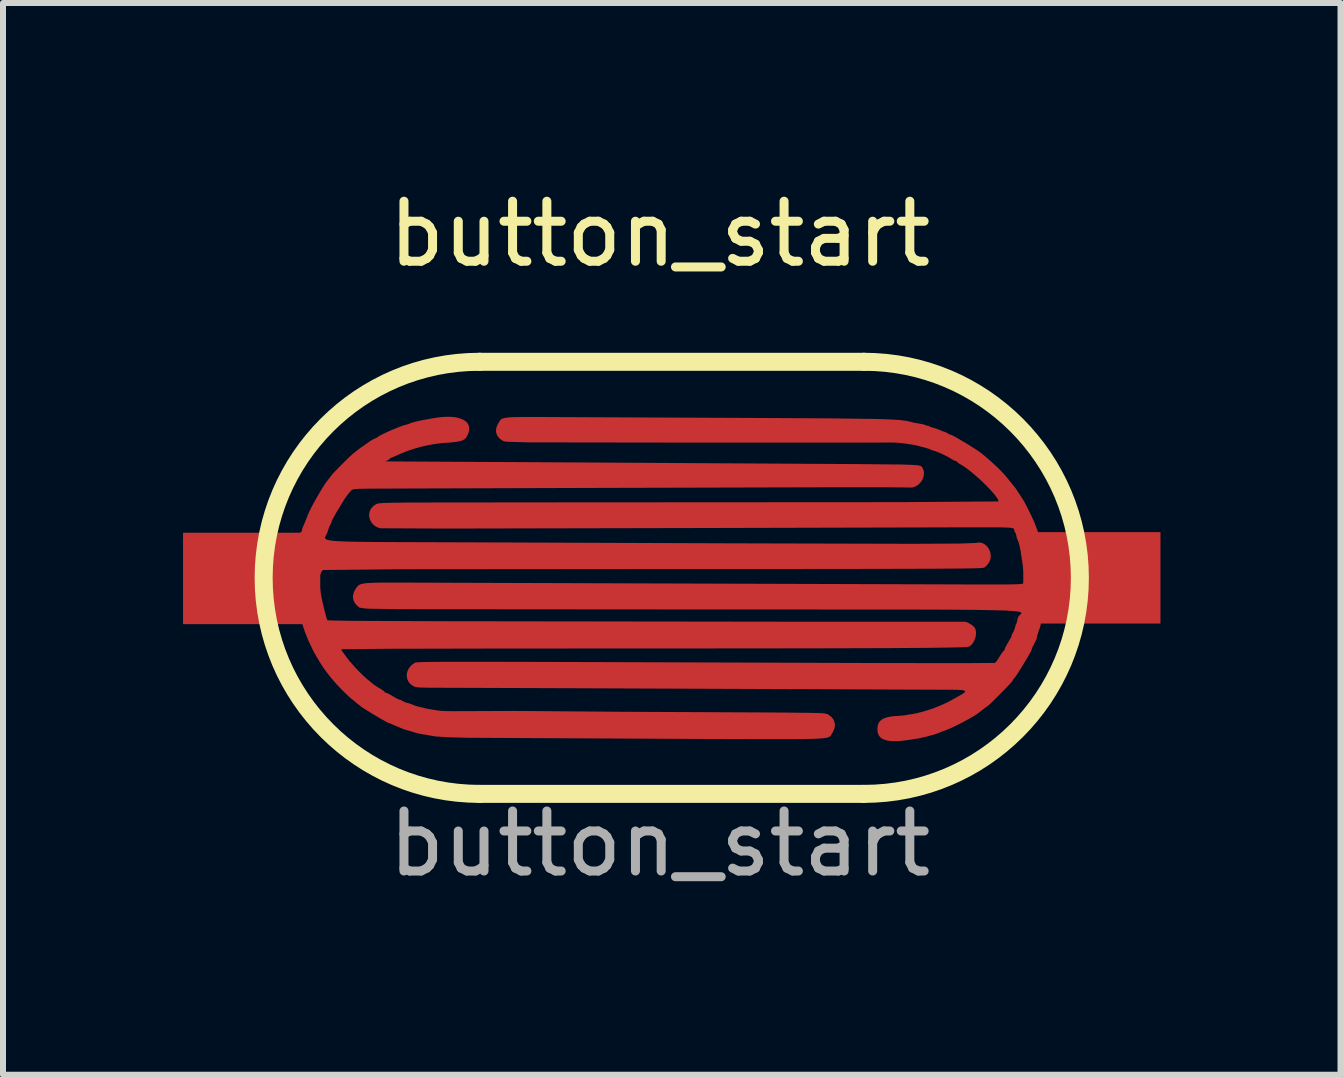
<source format=kicad_pcb>
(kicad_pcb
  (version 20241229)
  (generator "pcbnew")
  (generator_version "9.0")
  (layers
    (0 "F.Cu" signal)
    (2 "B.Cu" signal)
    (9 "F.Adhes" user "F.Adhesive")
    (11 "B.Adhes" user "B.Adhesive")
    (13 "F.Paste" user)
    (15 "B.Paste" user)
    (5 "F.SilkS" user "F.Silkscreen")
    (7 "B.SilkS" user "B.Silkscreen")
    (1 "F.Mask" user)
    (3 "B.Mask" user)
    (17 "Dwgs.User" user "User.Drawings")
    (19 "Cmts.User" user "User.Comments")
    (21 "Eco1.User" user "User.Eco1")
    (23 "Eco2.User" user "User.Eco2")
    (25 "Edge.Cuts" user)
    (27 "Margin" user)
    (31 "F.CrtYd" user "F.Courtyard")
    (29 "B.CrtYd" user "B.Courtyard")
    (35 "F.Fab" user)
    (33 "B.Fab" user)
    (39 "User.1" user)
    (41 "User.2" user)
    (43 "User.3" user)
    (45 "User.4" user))
  (footprint "button_start"
    (layer "F.Cu")
    (at 8.143 6.578)
    (property "Reference" "button_start" (at -0.2 -5.73 0) (unlocked yes) (layer "F.SilkS") (effects (font (size 1 1) (thickness 0.15))))
    (attr smd)
    (fp_rect (start -3.4 -3) (end 3.4 3) (stroke (width 0) (type solid)) (fill yes) (layer "F.Mask"))
    (fp_circle (center -3.4 0) (end -0.4 0) (stroke (width 0) (type solid)) (fill yes) (layer "F.Mask"))
    (fp_circle (center 3.4 0) (end 6.4 0) (stroke (width 0) (type solid)) (fill yes) (layer "F.Mask"))
    (fp_line (start -3.2 -3.6) (end 3.2 -3.6) (stroke (width 0.3) (type solid)) (layer "F.SilkS"))
    (fp_line (start 3.2 3.6) (end -3.2 3.6) (stroke (width 0.3) (type solid)) (layer "F.SilkS"))
    (fp_arc (start -3.2 3.6) (mid -6.8 0) (end -3.2 -3.6) (stroke (width 0.3) (type solid)) (layer "F.SilkS"))
    (fp_arc (start 3.2 -3.6) (mid 6.8 0) (end 3.2 3.6) (stroke (width 0.3) (type solid)) (layer "F.SilkS"))
    (fp_text user "${REFERENCE}" (at -0.2 4.43 0) (unlocked yes) (layer "F.Fab") (effects (font (size 1 1) (thickness 0.15))))
    (pad "1" smd custom (at -7 0.01) (size 2.286 1.524) (layers "F.Cu") (options (anchor rect)) (primitives (gr_poly (pts (xy 0.309 0.243) (xy 0.312 -0.007) (xy 0.317 -0.304) (xy 0.32 -0.48) (xy 0.322 -0.629) (xy 0.323 -0.651) (xy 0.323 -0.671) (xy 0.324 -0.68) (xy 0.325 -0.689) (xy 0.326 -0.697) (xy 0.327 -0.704) (xy 0.329 -0.71) (xy 0.331 -0.716) (xy 0.333 -0.722) (xy 0.337 -0.727) (xy 0.34 -0.731) (xy 0.344 -0.735) (xy 0.349 -0.739) (xy 0.355 -0.742) (xy 0.361 -0.745) (xy 0.368 -0.747) (xy 0.376 -0.75) (xy 0.385 -0.751) (xy 0.395 -0.753) (xy 0.405 -0.754) (xy 0.417 -0.755) (xy 0.43 -0.756) (xy 0.459 -0.757) (xy 0.492 -0.758) (xy 0.576 -0.758) (xy 0.659 -0.758) (xy 0.722 -0.758) (xy 0.767 -0.76) (xy 0.784 -0.761) (xy 0.797 -0.763) (xy 0.808 -0.765) (xy 0.817 -0.768) (xy 0.823 -0.772) (xy 0.828 -0.776) (xy 0.831 -0.781) (xy 0.834 -0.786) (xy 0.837 -0.801) (xy 0.839 -0.81) (xy 0.842 -0.819) (xy 0.844 -0.829) (xy 0.847 -0.838) (xy 0.85 -0.846) (xy 0.853 -0.854) (xy 0.855 -0.861) (xy 0.858 -0.866) (xy 0.86 -0.871) (xy 0.863 -0.878) (xy 0.87 -0.892) (xy 0.877 -0.909) (xy 0.883 -0.924) (xy 0.944 -1.076) (xy 0.955 -1.1) (xy 0.968 -1.129) (xy 1.003 -1.199) (xy 1.046 -1.279) (xy 1.094 -1.363) (xy 1.142 -1.446) (xy 1.188 -1.521) (xy 1.229 -1.584) (xy 1.246 -1.608) (xy 1.261 -1.627) (xy 1.277 -1.648) (xy 1.295 -1.671) (xy 1.312 -1.694) (xy 1.327 -1.713) (xy 1.337 -1.726) (xy 1.352 -1.743) (xy 1.395 -1.79) (xy 1.45 -1.846) (xy 1.511 -1.908) (xy 1.572 -1.969) (xy 1.629 -2.024) (xy 1.676 -2.067) (xy 1.693 -2.083) (xy 1.707 -2.093) (xy 1.727 -2.109) (xy 1.746 -2.123) (xy 1.762 -2.136) (xy 1.772 -2.144) (xy 1.776 -2.148) (xy 1.782 -2.152) (xy 1.789 -2.157) (xy 1.797 -2.163) (xy 1.814 -2.176) (xy 1.823 -2.182) (xy 1.832 -2.188) (xy 1.948 -2.27) (xy 1.963 -2.28) (xy 1.979 -2.29) (xy 1.994 -2.3) (xy 2.009 -2.309) (xy 2.022 -2.316) (xy 2.035 -2.323) (xy 2.045 -2.328) (xy 2.049 -2.329) (xy 2.053 -2.331) (xy 2.056 -2.332) (xy 2.059 -2.333) (xy 2.063 -2.334) (xy 2.066 -2.336) (xy 2.07 -2.338) (xy 2.073 -2.339) (xy 2.08 -2.343) (xy 2.084 -2.345) (xy 2.087 -2.347) (xy 2.09 -2.348) (xy 2.093 -2.35) (xy 2.096 -2.352) (xy 2.098 -2.354) (xy 2.101 -2.356) (xy 2.103 -2.358) (xy 2.114 -2.366) (xy 2.131 -2.377) (xy 2.154 -2.39) (xy 2.181 -2.403) (xy 2.246 -2.434) (xy 2.32 -2.467) (xy 2.397 -2.499) (xy 2.47 -2.528) (xy 2.534 -2.55) (xy 2.56 -2.558) (xy 2.582 -2.564) (xy 2.591 -2.566) (xy 2.6 -2.569) (xy 2.609 -2.571) (xy 2.617 -2.574) (xy 2.625 -2.577) (xy 2.631 -2.579) (xy 2.634 -2.581) (xy 2.636 -2.582) (xy 2.638 -2.583) (xy 2.64 -2.584) (xy 2.644 -2.587) (xy 2.652 -2.589) (xy 2.675 -2.597) (xy 2.707 -2.605) (xy 2.745 -2.615) (xy 2.787 -2.625) (xy 2.829 -2.634) (xy 2.87 -2.642) (xy 2.907 -2.648) (xy 2.929 -2.652) (xy 2.953 -2.656) (xy 2.976 -2.66) (xy 2.994 -2.664) (xy 3.078 -2.678) (xy 3.157 -2.688) (xy 3.231 -2.693) (xy 3.3 -2.693) (xy 3.363 -2.689) (xy 3.42 -2.68) (xy 3.47 -2.667) (xy 3.493 -2.659) (xy 3.514 -2.65) (xy 3.533 -2.64) (xy 3.551 -2.629) (xy 3.567 -2.617) (xy 3.581 -2.604) (xy 3.593 -2.591) (xy 3.603 -2.576) (xy 3.611 -2.56) (xy 3.618 -2.543) (xy 3.622 -2.526) (xy 3.624 -2.508) (xy 3.624 -2.489) (xy 3.623 -2.469) (xy 3.619 -2.448) (xy 3.613 -2.426) (xy 3.604 -2.404) (xy 3.594 -2.381) (xy 3.59 -2.373) (xy 3.585 -2.366) (xy 3.581 -2.359) (xy 3.577 -2.352) (xy 3.572 -2.346) (xy 3.567 -2.34) (xy 3.562 -2.334) (xy 3.556 -2.328) (xy 3.55 -2.323) (xy 3.544 -2.318) (xy 3.537 -2.314) (xy 3.53 -2.31) (xy 3.522 -2.306) (xy 3.514 -2.302) (xy 3.505 -2.298) (xy 3.496 -2.295) (xy 3.486 -2.292) (xy 3.475 -2.289) (xy 3.463 -2.286) (xy 3.451 -2.283) (xy 3.438 -2.281) (xy 3.424 -2.278) (xy 3.409 -2.276) (xy 3.394 -2.274) (xy 3.36 -2.27) (xy 3.321 -2.266) (xy 3.279 -2.263) (xy 3.232 -2.26) (xy 3.182 -2.256) (xy 3.131 -2.25) (xy 3.079 -2.244) (xy 3.028 -2.236) (xy 2.976 -2.227) (xy 2.925 -2.217) (xy 2.873 -2.205) (xy 2.821 -2.193) (xy 2.77 -2.179) (xy 2.72 -2.165) (xy 2.67 -2.149) (xy 2.62 -2.132) (xy 2.572 -2.115) (xy 2.525 -2.096) (xy 2.478 -2.077) (xy 2.433 -2.056) (xy 2.391 -2.037) (xy 2.372 -2.029) (xy 2.354 -2.021) (xy 2.339 -2.015) (xy 2.327 -2.011) (xy 2.319 -2.008) (xy 2.316 -2.007) (xy 2.314 -2.007) (xy 2.313 -2.007) (xy 2.313 -2.007) (xy 2.312 -2.007) (xy 2.311 -2.007) (xy 2.311 -2.006) (xy 2.31 -2.006) (xy 2.309 -2.006) (xy 2.309 -2.006) (xy 2.308 -2.006) (xy 2.308 -2.005) (xy 2.307 -2.005) (xy 2.307 -2.005) (xy 2.306 -2.004) (xy 2.306 -2.004) (xy 2.305 -2.003) (xy 2.305 -2.003) (xy 2.304 -2.003) (xy 2.304 -2.002) (xy 2.303 -2.002) (xy 2.303 -2.001) (xy 2.303 -2.001) (xy 2.302 -2) (xy 2.302 -1.999) (xy 2.302 -1.999) (xy 2.302 -1.998) (xy 2.301 -1.998) (xy 2.301 -1.997) (xy 2.301 -1.996) (xy 2.301 -1.996) (xy 2.301 -1.995) (xy 2.301 -1.994) (xy 2.301 -1.994) (xy 2.301 -1.993) (xy 2.301 -1.992) (xy 2.3 -1.991) (xy 2.3 -1.991) (xy 2.3 -1.99) (xy 2.299 -1.989) (xy 2.298 -1.988) (xy 2.298 -1.987) (xy 2.297 -1.986) (xy 2.296 -1.986) (xy 2.295 -1.985) (xy 2.294 -1.984) (xy 2.292 -1.982) (xy 2.289 -1.98) (xy 2.286 -1.978) (xy 2.283 -1.976) (xy 2.28 -1.974) (xy 2.277 -1.973) (xy 2.273 -1.971) (xy 2.269 -1.969) (xy 2.265 -1.967) (xy 2.261 -1.966) (xy 2.248 -1.961) (xy 2.243 -1.959) (xy 2.239 -1.958) (xy 2.236 -1.956) (xy 2.233 -1.955) (xy 2.233 -1.954) (xy 2.232 -1.954) (xy 2.232 -1.953) (xy 2.232 -1.953) (xy 2.232 -1.953) (xy 2.233 -1.952) (xy 2.233 -1.952) (xy 2.234 -1.952) (xy 2.237 -1.951) (xy 2.24 -1.951) (xy 2.245 -1.951) (xy 2.251 -1.951) (xy 2.265 -1.95) (xy 8.752 -1.913) (xy 10.122 -1.905) (xy 10.832 -1.898) (xy 11.009 -1.892) (xy 11.105 -1.885) (xy 11.146 -1.875) (xy 11.163 -1.863) (xy 11.172 -1.85) (xy 11.18 -1.838) (xy 11.187 -1.824) (xy 11.193 -1.811) (xy 11.197 -1.796) (xy 11.2 -1.782) (xy 11.202 -1.767) (xy 11.202 -1.752) (xy 11.202 -1.738) (xy 11.2 -1.723) (xy 11.197 -1.708) (xy 11.194 -1.693) (xy 11.189 -1.678) (xy 11.183 -1.663) (xy 11.177 -1.649) (xy 11.169 -1.635) (xy 11.161 -1.622) (xy 11.152 -1.609) (xy 11.142 -1.597) (xy 11.132 -1.585) (xy 11.12 -1.574) (xy 11.109 -1.563) (xy 11.096 -1.554) (xy 11.083 -1.545) (xy 11.069 -1.537) (xy 11.055 -1.531) (xy 11.041 -1.525) (xy 11.026 -1.52) (xy 11.011 -1.517) (xy 10.995 -1.515) (xy 10.979 -1.515) (xy 10.963 -1.515) (xy 10.595 -1.519) (xy 9.619 -1.519) (xy 5.923 -1.509) (xy 2.424 -1.498) (xy 1.999 -1.496) (xy 1.867 -1.495) (xy 1.777 -1.492) (xy 1.72 -1.488) (xy 1.687 -1.483) (xy 1.677 -1.479) (xy 1.67 -1.475) (xy 1.659 -1.465) (xy 1.64 -1.444) (xy 1.622 -1.423) (xy 1.604 -1.401) (xy 1.587 -1.379) (xy 1.57 -1.355) (xy 1.553 -1.331) (xy 1.537 -1.305) (xy 1.52 -1.278) (xy 1.486 -1.221) (xy 1.464 -1.184) (xy 1.438 -1.143) (xy 1.414 -1.103) (xy 1.392 -1.065) (xy 1.373 -1.03) (xy 1.357 -1.001) (xy 1.344 -0.976) (xy 1.337 -0.959) (xy 1.335 -0.953) (xy 1.334 -0.949) (xy 1.334 -0.947) (xy 1.333 -0.945) (xy 1.333 -0.942) (xy 1.332 -0.94) (xy 1.332 -0.937) (xy 1.331 -0.934) (xy 1.329 -0.931) (xy 1.328 -0.928) (xy 1.327 -0.925) (xy 1.325 -0.921) (xy 1.324 -0.918) (xy 1.322 -0.915) (xy 1.32 -0.912) (xy 1.319 -0.908) (xy 1.317 -0.905) (xy 1.315 -0.902) (xy 1.313 -0.899) (xy 1.31 -0.895) (xy 1.307 -0.889) (xy 1.305 -0.883) (xy 1.298 -0.869) (xy 1.291 -0.852) (xy 1.284 -0.833) (xy 1.277 -0.813) (xy 1.27 -0.792) (xy 1.263 -0.77) (xy 1.257 -0.754) (xy 1.249 -0.739) (xy 1.235 -0.711) (xy 1.229 -0.699) (xy 1.225 -0.688) (xy 1.223 -0.678) (xy 1.223 -0.673) (xy 1.224 -0.669) (xy 1.226 -0.665) (xy 1.23 -0.66) (xy 1.234 -0.656) (xy 1.239 -0.653) (xy 1.254 -0.646) (xy 1.275 -0.64) (xy 1.302 -0.634) (xy 1.337 -0.629) (xy 1.379 -0.625) (xy 1.43 -0.621) (xy 1.491 -0.618) (xy 1.561 -0.615) (xy 1.735 -0.611) (xy 1.956 -0.608) (xy 2.232 -0.606) (xy 3.982 -0.6) (xy 7.944 -0.585) (xy 11.018 -0.577) (xy 11.791 -0.581) (xy 12.072 -0.591) (xy 12.087 -0.595) (xy 12.102 -0.597) (xy 12.117 -0.598) (xy 12.132 -0.598) (xy 12.147 -0.596) (xy 12.161 -0.593) (xy 12.175 -0.588) (xy 12.188 -0.583) (xy 12.201 -0.576) (xy 12.214 -0.568) (xy 12.226 -0.559) (xy 12.237 -0.55) (xy 12.248 -0.539) (xy 12.258 -0.528) (xy 12.268 -0.515) (xy 12.276 -0.502) (xy 12.284 -0.489) (xy 12.291 -0.475) (xy 12.298 -0.461) (xy 12.303 -0.446) (xy 12.307 -0.431) (xy 12.311 -0.415) (xy 12.313 -0.399) (xy 12.315 -0.383) (xy 12.315 -0.368) (xy 12.314 -0.352) (xy 12.312 -0.336) (xy 12.308 -0.32) (xy 12.304 -0.304) (xy 12.298 -0.289) (xy 12.29 -0.274) (xy 12.282 -0.26) (xy 12.282 -0.26) (xy 12.278 -0.254) (xy 12.274 -0.249) (xy 12.27 -0.243) (xy 12.266 -0.238) (xy 12.261 -0.232) (xy 12.256 -0.226) (xy 12.251 -0.221) (xy 12.247 -0.216) (xy 12.242 -0.211) (xy 12.237 -0.206) (xy 12.232 -0.201) (xy 12.227 -0.197) (xy 12.223 -0.193) (xy 12.218 -0.189) (xy 12.214 -0.186) (xy 12.21 -0.183) (xy 12.206 -0.181) (xy 12.199 -0.179) (xy 12.189 -0.177) (xy 12.174 -0.175) (xy 12.13 -0.172) (xy 12.059 -0.169) (xy 11.954 -0.167) (xy 11.81 -0.165) (xy 11.374 -0.162) (xy 10.698 -0.16) (xy 9.727 -0.158) (xy 6.691 -0.157) (xy 2.425 -0.153) (xy 1.188 -0.14) (xy 1.183 -0.136) (xy 1.178 -0.132) (xy 1.174 -0.127) (xy 1.17 -0.122) (xy 1.166 -0.116) (xy 1.162 -0.11) (xy 1.159 -0.104) (xy 1.156 -0.097) (xy 1.153 -0.089) (xy 1.151 -0.081) (xy 1.148 -0.073) (xy 1.146 -0.064) (xy 1.144 -0.054) (xy 1.143 -0.044) (xy 1.141 -0.033) (xy 1.14 -0.022) (xy 1.138 0.002) (xy 1.138 0.029) (xy 1.138 0.058) (xy 1.139 0.09) (xy 1.141 0.124) (xy 1.144 0.162) (xy 1.148 0.202) (xy 1.152 0.245) (xy 1.16 0.29) (xy 1.172 0.352) (xy 1.188 0.424) (xy 1.206 0.499) (xy 1.224 0.57) (xy 1.24 0.632) (xy 1.254 0.677) (xy 1.259 0.69) (xy 1.263 0.698) (xy 1.382 0.702) (xy 1.731 0.707) (xy 3.131 0.713) (xy 8.803 0.721) (xy 11.881 0.721) (xy 11.884 0.721) (xy 11.888 0.722) (xy 11.896 0.723) (xy 11.905 0.726) (xy 11.916 0.73) (xy 11.926 0.734) (xy 11.938 0.739) (xy 11.95 0.745) (xy 11.961 0.752) (xy 11.973 0.759) (xy 11.985 0.766) (xy 11.996 0.774) (xy 12.007 0.781) (xy 12.017 0.789) (xy 12.026 0.797) (xy 12.033 0.804) (xy 12.04 0.811) (xy 12.046 0.819) (xy 12.051 0.827) (xy 12.055 0.835) (xy 12.059 0.844) (xy 12.062 0.854) (xy 12.065 0.864) (xy 12.067 0.874) (xy 12.068 0.885) (xy 12.069 0.896) (xy 12.07 0.907) (xy 12.07 0.918) (xy 12.069 0.93) (xy 12.066 0.953) (xy 12.061 0.977) (xy 12.054 1) (xy 12.046 1.023) (xy 12.036 1.045) (xy 12.024 1.066) (xy 12.017 1.076) (xy 12.01 1.086) (xy 12.003 1.095) (xy 11.995 1.104) (xy 11.987 1.112) (xy 11.978 1.12) (xy 11.97 1.127) (xy 11.961 1.133) (xy 11.942 1.138) (xy 11.896 1.143) (xy 11.817 1.147) (xy 11.695 1.15) (xy 11.295 1.156) (xy 10.634 1.161) (xy 9.649 1.164) (xy 8.28 1.166) (xy 4.137 1.168) (xy 2.27 1.172) (xy 1.493 1.18) (xy 1.493 1.181) (xy 1.493 1.182) (xy 1.493 1.184) (xy 1.494 1.186) (xy 1.495 1.188) (xy 1.497 1.191) (xy 1.498 1.194) (xy 1.5 1.198) (xy 1.502 1.201) (xy 1.504 1.205) (xy 1.507 1.209) (xy 1.51 1.213) (xy 1.512 1.218) (xy 1.515 1.222) (xy 1.519 1.227) (xy 1.522 1.231) (xy 1.525 1.236) (xy 1.586 1.319) (xy 1.603 1.341) (xy 1.621 1.364) (xy 1.664 1.414) (xy 1.711 1.468) (xy 1.762 1.522) (xy 1.813 1.574) (xy 1.862 1.622) (xy 1.907 1.663) (xy 1.927 1.68) (xy 1.946 1.695) (xy 1.963 1.709) (xy 1.982 1.725) (xy 2.002 1.741) (xy 2.018 1.755) (xy 2.022 1.758) (xy 2.027 1.762) (xy 2.038 1.77) (xy 2.052 1.78) (xy 2.067 1.79) (xy 2.083 1.801) (xy 2.1 1.811) (xy 2.117 1.822) (xy 2.134 1.832) (xy 2.15 1.841) (xy 2.165 1.851) (xy 2.179 1.86) (xy 2.191 1.868) (xy 2.2 1.876) (xy 2.205 1.879) (xy 2.208 1.882) (xy 2.211 1.885) (xy 2.213 1.887) (xy 2.214 1.889) (xy 2.214 1.89) (xy 2.214 1.891) (xy 2.214 1.892) (xy 2.214 1.892) (xy 2.215 1.893) (xy 2.215 1.894) (xy 2.215 1.894) (xy 2.215 1.895) (xy 2.216 1.896) (xy 2.216 1.896) (xy 2.216 1.897) (xy 2.217 1.897) (xy 2.217 1.898) (xy 2.218 1.898) (xy 2.219 1.899) (xy 2.219 1.9) (xy 2.22 1.9) (xy 2.221 1.9) (xy 2.221 1.901) (xy 2.222 1.901) (xy 2.223 1.902) (xy 2.224 1.902) (xy 2.225 1.902) (xy 2.225 1.903) (xy 2.226 1.903) (xy 2.227 1.903) (xy 2.228 1.904) (xy 2.229 1.904) (xy 2.23 1.904) (xy 2.231 1.904) (xy 2.232 1.904) (xy 2.233 1.904) (xy 2.235 1.904) (xy 2.236 1.904) (xy 2.238 1.905) (xy 2.242 1.906) (xy 2.246 1.907) (xy 2.251 1.909) (xy 2.257 1.911) (xy 2.264 1.914) (xy 2.271 1.918) (xy 2.278 1.921) (xy 2.295 1.93) (xy 2.313 1.94) (xy 2.332 1.951) (xy 2.351 1.962) (xy 2.371 1.974) (xy 2.389 1.985) (xy 2.407 1.994) (xy 2.423 2.003) (xy 2.438 2.01) (xy 2.449 2.015) (xy 2.454 2.017) (xy 2.458 2.019) (xy 2.462 2.02) (xy 2.464 2.02) (xy 2.466 2.02) (xy 2.468 2.02) (xy 2.471 2.021) (xy 2.473 2.021) (xy 2.476 2.022) (xy 2.479 2.023) (xy 2.482 2.024) (xy 2.485 2.026) (xy 2.488 2.027) (xy 2.492 2.028) (xy 2.495 2.03) (xy 2.498 2.032) (xy 2.501 2.034) (xy 2.504 2.035) (xy 2.508 2.037) (xy 2.511 2.039) (xy 2.514 2.041) (xy 2.517 2.043) (xy 2.521 2.046) (xy 2.525 2.048) (xy 2.534 2.052) (xy 2.543 2.057) (xy 2.553 2.061) (xy 2.563 2.065) (xy 2.573 2.068) (xy 2.578 2.069) (xy 2.582 2.071) (xy 2.613 2.079) (xy 2.624 2.082) (xy 2.635 2.086) (xy 2.647 2.09) (xy 2.663 2.096) (xy 2.712 2.115) (xy 2.735 2.123) (xy 2.744 2.126) (xy 2.752 2.129) (xy 2.76 2.131) (xy 2.77 2.134) (xy 2.799 2.141) (xy 2.887 2.162) (xy 2.922 2.17) (xy 2.954 2.176) (xy 2.987 2.182) (xy 3.024 2.188) (xy 3.124 2.203) (xy 3.14 2.205) (xy 3.163 2.207) (xy 3.191 2.208) (xy 3.222 2.21) (xy 3.257 2.211) (xy 3.294 2.211) (xy 3.331 2.212) (xy 3.369 2.212) (xy 4.38 2.208) (xy 5.166 2.214) (xy 6.165 2.222) (xy 7.676 2.229) (xy 8.751 2.234) (xy 9.314 2.24) (xy 9.458 2.244) (xy 9.54 2.249) (xy 9.581 2.257) (xy 9.603 2.266) (xy 9.614 2.273) (xy 9.624 2.28) (xy 9.634 2.287) (xy 9.644 2.294) (xy 9.652 2.302) (xy 9.661 2.31) (xy 9.669 2.318) (xy 9.676 2.326) (xy 9.682 2.335) (xy 9.688 2.343) (xy 9.694 2.352) (xy 9.699 2.362) (xy 9.703 2.371) (xy 9.707 2.381) (xy 9.71 2.39) (xy 9.713 2.4) (xy 9.715 2.41) (xy 9.717 2.421) (xy 9.718 2.431) (xy 9.718 2.441) (xy 9.718 2.452) (xy 9.717 2.463) (xy 9.715 2.474) (xy 9.713 2.484) (xy 9.711 2.495) (xy 9.708 2.506) (xy 9.704 2.517) (xy 9.699 2.529) (xy 9.694 2.54) (xy 9.689 2.551) (xy 9.683 2.562) (xy 9.676 2.574) (xy 9.654 2.611) (xy 9.649 2.619) (xy 9.643 2.627) (xy 9.639 2.63) (xy 9.635 2.633) (xy 9.63 2.636) (xy 9.625 2.639) (xy 9.619 2.642) (xy 9.613 2.645) (xy 9.606 2.647) (xy 9.598 2.65) (xy 9.58 2.654) (xy 9.557 2.658) (xy 9.531 2.662) (xy 9.499 2.665) (xy 9.462 2.668) (xy 9.42 2.67) (xy 9.371 2.672) (xy 9.316 2.674) (xy 9.253 2.675) (xy 9.182 2.676) (xy 9.016 2.678) (xy 8.814 2.678) (xy 8.571 2.678) (xy 8.284 2.677) (xy 7.562 2.675) (xy 3.601 2.655) (xy 3.266 2.646) (xy 3.065 2.633) (xy 2.808 2.59) (xy 2.799 2.588) (xy 2.788 2.586) (xy 2.774 2.582) (xy 2.759 2.578) (xy 2.726 2.569) (xy 2.692 2.559) (xy 2.63 2.54) (xy 2.593 2.53) (xy 2.557 2.52) (xy 2.553 2.519) (xy 2.547 2.517) (xy 2.54 2.514) (xy 2.532 2.511) (xy 2.523 2.508) (xy 2.514 2.504) (xy 2.505 2.501) (xy 2.496 2.497) (xy 2.476 2.488) (xy 2.455 2.479) (xy 2.434 2.471) (xy 2.416 2.464) (xy 2.408 2.461) (xy 2.399 2.457) (xy 2.379 2.448) (xy 2.358 2.439) (xy 2.348 2.434) (xy 2.339 2.43) (xy 2.331 2.426) (xy 2.322 2.422) (xy 2.314 2.419) (xy 2.306 2.415) (xy 2.299 2.413) (xy 2.293 2.411) (xy 2.29 2.41) (xy 2.288 2.41) (xy 2.285 2.41) (xy 2.284 2.41) (xy 2.276 2.407) (xy 2.26 2.399) (xy 2.207 2.369) (xy 2.134 2.328) (xy 2.052 2.279) (xy 1.969 2.229) (xy 1.895 2.183) (xy 1.839 2.147) (xy 1.82 2.134) (xy 1.81 2.126) (xy 1.804 2.121) (xy 1.794 2.112) (xy 1.767 2.09) (xy 1.732 2.061) (xy 1.694 2.03) (xy 1.656 1.999) (xy 1.617 1.965) (xy 1.578 1.928) (xy 1.538 1.89) (xy 1.498 1.85) (xy 1.459 1.809) (xy 1.419 1.766) (xy 1.381 1.723) (xy 1.343 1.679) (xy 1.307 1.635) (xy 1.272 1.591) (xy 1.239 1.547) (xy 1.208 1.505) (xy 1.179 1.463) (xy 1.153 1.423) (xy 1.13 1.385) (xy 1.099 1.332) (xy 1.066 1.277) (xy 1.059 1.264) (xy 1.052 1.252) (xy 1.037 1.226) (xy 1.031 1.214) (xy 1.025 1.204) (xy 1.021 1.194) (xy 1.017 1.187) (xy 1.009 1.169) (xy 0.998 1.146) (xy 0.985 1.119) (xy 0.972 1.093) (xy 0.959 1.064) (xy 0.943 1.029) (xy 0.926 0.989) (xy 0.91 0.947) (xy 0.894 0.907) (xy 0.88 0.869) (xy 0.869 0.838) (xy 0.862 0.815) (xy 0.86 0.808) (xy 0.858 0.8) (xy 0.855 0.791) (xy 0.851 0.782) (xy 0.848 0.772) (xy 0.844 0.762) (xy 0.84 0.752) (xy 0.836 0.743) (xy 0.832 0.732) (xy 0.827 0.719) (xy 0.822 0.704) (xy 0.817 0.687) (xy 0.812 0.668) (xy 0.808 0.65) (xy 0.803 0.631) (xy 0.799 0.613) (xy 0.79 0.573) (xy 0.786 0.557) (xy 0.784 0.55) (xy 0.782 0.543) (xy 0.779 0.537) (xy 0.777 0.532) (xy 0.774 0.527) (xy 0.77 0.523) (xy 0.766 0.518) (xy 0.762 0.515) (xy 0.757 0.512) (xy 0.751 0.509) (xy 0.745 0.506) (xy 0.738 0.504) (xy 0.73 0.502) (xy 0.722 0.5) (xy 0.713 0.499) (xy 0.702 0.498) (xy 0.691 0.497) (xy 0.679 0.496) (xy 0.651 0.495) (xy 0.619 0.494) (xy 0.538 0.492) (xy 0.452 0.49) (xy 0.38 0.488) (xy 0.331 0.485) (xy 0.317 0.484) (xy 0.313 0.483) (xy 0.311 0.483) (xy 0.31 0.477) (xy 0.31 0.464) (xy 0.309 0.416)) (width 0.0001) (fill yes))))
    (pad "2" smd custom (at 7 0) (size 2.286 1.524) (layers "F.Cu") (options (anchor rect)) (primitives (gr_poly (pts (xy -12.311 0.303) (xy -12.31 0.292) (xy -12.308 0.281) (xy -12.306 0.27) (xy -12.303 0.26) (xy -12.299 0.249) (xy -12.295 0.238) (xy -12.29 0.227) (xy -12.285 0.215) (xy -12.279 0.204) (xy -12.273 0.193) (xy -12.265 0.182) (xy -12.253 0.163) (xy -12.247 0.155) (xy -12.241 0.147) (xy -12.234 0.14) (xy -12.227 0.133) (xy -12.22 0.127) (xy -12.216 0.124) (xy -12.212 0.121) (xy -12.207 0.118) (xy -12.203 0.116) (xy -12.197 0.113) (xy -12.192 0.111) (xy -12.186 0.108) (xy -12.18 0.106) (xy -12.174 0.104) (xy -12.167 0.102) (xy -12.152 0.099) (xy -12.135 0.095) (xy -12.117 0.093) (xy -12.096 0.09) (xy -12.072 0.088) (xy -12.046 0.086) (xy -12.017 0.084) (xy -11.985 0.083) (xy -11.95 0.082) (xy -11.912 0.081) (xy -11.87 0.08) (xy -11.825 0.08) (xy -11.722 0.079) (xy -11.603 0.079) (xy -11.307 0.08) (xy -7.456 0.093) (xy -2.77 0.108) (xy -1.864 0.111) (xy -1.379 0.11) (xy -1.253 0.107) (xy -1.183 0.103) (xy -1.151 0.097) (xy -1.142 0.089) (xy -1.141 0.08) (xy -1.139 0.067) (xy -1.138 0.05) (xy -1.138 0.03) (xy -1.139 -0.017) (xy -1.141 -0.072) (xy -1.145 -0.131) (xy -1.15 -0.191) (xy -1.157 -0.247) (xy -1.164 -0.297) (xy -1.177 -0.378) (xy -1.182 -0.41) (xy -1.185 -0.431) (xy -1.189 -0.457) (xy -1.195 -0.486) (xy -1.202 -0.517) (xy -1.209 -0.548) (xy -1.217 -0.576) (xy -1.224 -0.6) (xy -1.231 -0.618) (xy -1.234 -0.625) (xy -1.236 -0.629) (xy -1.237 -0.63) (xy -1.238 -0.633) (xy -1.24 -0.635) (xy -1.241 -0.638) (xy -1.243 -0.642) (xy -1.244 -0.646) (xy -1.245 -0.65) (xy -1.247 -0.655) (xy -1.248 -0.659) (xy -1.25 -0.665) (xy -1.253 -0.675) (xy -1.254 -0.681) (xy -1.255 -0.686) (xy -1.256 -0.692) (xy -1.257 -0.697) (xy -1.26 -0.708) (xy -1.262 -0.719) (xy -1.265 -0.729) (xy -1.268 -0.738) (xy -1.27 -0.742) (xy -1.271 -0.746) (xy -1.273 -0.749) (xy -1.275 -0.752) (xy -1.276 -0.755) (xy -1.278 -0.757) (xy -1.279 -0.758) (xy -1.28 -0.759) (xy -1.281 -0.76) (xy -1.282 -0.76) (xy -1.282 -0.761) (xy -1.283 -0.762) (xy -1.284 -0.762) (xy -1.284 -0.763) (xy -1.285 -0.764) (xy -1.285 -0.765) (xy -1.286 -0.767) (xy -1.287 -0.769) (xy -1.288 -0.771) (xy -1.289 -0.773) (xy -1.29 -0.775) (xy -1.291 -0.778) (xy -1.292 -0.781) (xy -1.292 -0.783) (xy -1.293 -0.786) (xy -1.293 -0.789) (xy -1.293 -0.792) (xy -1.293 -0.795) (xy -1.293 -0.799) (xy -1.294 -0.803) (xy -1.294 -0.805) (xy -1.294 -0.807) (xy -1.295 -0.808) (xy -1.295 -0.81) (xy -1.296 -0.812) (xy -1.297 -0.813) (xy -1.298 -0.815) (xy -1.3 -0.817) (xy -1.301 -0.818) (xy -1.303 -0.819) (xy -1.305 -0.821) (xy -1.307 -0.822) (xy -1.31 -0.823) (xy -1.312 -0.824) (xy -1.315 -0.826) (xy -1.319 -0.827) (xy -1.322 -0.828) (xy -1.326 -0.829) (xy -1.331 -0.83) (xy -1.336 -0.831) (xy -1.341 -0.831) (xy -1.346 -0.832) (xy -1.358 -0.834) (xy -1.373 -0.835) (xy -1.388 -0.836) (xy -1.406 -0.837) (xy -1.426 -0.838) (xy -1.449 -0.839) (xy -1.473 -0.84) (xy -1.5 -0.84) (xy -1.53 -0.841) (xy -1.562 -0.841) (xy -1.597 -0.842) (xy -1.676 -0.842) (xy -1.768 -0.842) (xy -1.873 -0.842) (xy -1.992 -0.842) (xy -6.532 -0.83) (xy -10.791 -0.821) (xy -11.858 -0.826) (xy -11.877 -0.832) (xy -11.895 -0.838) (xy -11.912 -0.846) (xy -11.929 -0.854) (xy -11.944 -0.864) (xy -11.958 -0.874) (xy -11.971 -0.886) (xy -11.983 -0.898) (xy -11.994 -0.91) (xy -12.004 -0.924) (xy -12.012 -0.937) (xy -12.02 -0.952) (xy -12.026 -0.966) (xy -12.032 -0.981) (xy -12.036 -0.996) (xy -12.039 -1.012) (xy -12.041 -1.027) (xy -12.042 -1.043) (xy -12.041 -1.058) (xy -12.039 -1.074) (xy -12.037 -1.089) (xy -12.033 -1.104) (xy -12.027 -1.119) (xy -12.021 -1.134) (xy -12.013 -1.147) (xy -12.004 -1.161) (xy -11.993 -1.174) (xy -11.982 -1.186) (xy -11.969 -1.198) (xy -11.955 -1.209) (xy -11.939 -1.219) (xy -11.922 -1.228) (xy -11.917 -1.23) (xy -11.911 -1.233) (xy -11.905 -1.235) (xy -11.897 -1.237) (xy -11.887 -1.239) (xy -11.876 -1.241) (xy -11.862 -1.242) (xy -11.845 -1.244) (xy -11.825 -1.245) (xy -11.801 -1.247) (xy -11.772 -1.248) (xy -11.739 -1.249) (xy -11.701 -1.25) (xy -11.657 -1.251) (xy -11.551 -1.252) (xy -11.418 -1.254) (xy -11.254 -1.255) (xy -11.055 -1.255) (xy -10.819 -1.256) (xy -10.219 -1.256) (xy -9.425 -1.257) (xy -3.189 -1.261) (xy -1.559 -1.273) (xy -1.557 -1.28) (xy -1.558 -1.288) (xy -1.561 -1.298) (xy -1.567 -1.31) (xy -1.575 -1.324) (xy -1.585 -1.339) (xy -1.611 -1.374) (xy -1.644 -1.414) (xy -1.683 -1.458) (xy -1.727 -1.504) (xy -1.774 -1.553) (xy -1.825 -1.602) (xy -1.878 -1.651) (xy -1.932 -1.698) (xy -1.985 -1.744) (xy -2.037 -1.786) (xy -2.087 -1.824) (xy -2.134 -1.857) (xy -2.177 -1.884) (xy -2.191 -1.892) (xy -2.204 -1.9) (xy -2.215 -1.907) (xy -2.226 -1.915) (xy -2.234 -1.921) (xy -2.237 -1.924) (xy -2.24 -1.926) (xy -2.243 -1.929) (xy -2.244 -1.931) (xy -2.245 -1.932) (xy -2.246 -1.933) (xy -2.246 -1.934) (xy -2.246 -1.934) (xy -2.246 -1.935) (xy -2.246 -1.935) (xy -2.246 -1.936) (xy -2.246 -1.936) (xy -2.247 -1.937) (xy -2.247 -1.937) (xy -2.247 -1.938) (xy -2.248 -1.938) (xy -2.248 -1.939) (xy -2.248 -1.939) (xy -2.249 -1.94) (xy -2.249 -1.94) (xy -2.25 -1.94) (xy -2.25 -1.941) (xy -2.251 -1.941) (xy -2.252 -1.942) (xy -2.252 -1.942) (xy -2.253 -1.942) (xy -2.254 -1.943) (xy -2.254 -1.943) (xy -2.255 -1.943) (xy -2.256 -1.943) (xy -2.257 -1.944) (xy -2.258 -1.944) (xy -2.258 -1.944) (xy -2.259 -1.944) (xy -2.26 -1.944) (xy -2.261 -1.944) (xy -2.262 -1.944) (xy -2.263 -1.944) (xy -2.264 -1.944) (xy -2.266 -1.945) (xy -2.269 -1.945) (xy -2.272 -1.946) (xy -2.275 -1.947) (xy -2.279 -1.949) (xy -2.284 -1.951) (xy -2.289 -1.953) (xy -2.294 -1.955) (xy -2.299 -1.958) (xy -2.304 -1.96) (xy -2.31 -1.963) (xy -2.316 -1.966) (xy -2.322 -1.97) (xy -2.328 -1.973) (xy -2.334 -1.977) (xy -2.34 -1.981) (xy -2.372 -2) (xy -2.41 -2.021) (xy -2.451 -2.042) (xy -2.493 -2.062) (xy -2.534 -2.08) (xy -2.572 -2.096) (xy -2.604 -2.109) (xy -2.617 -2.113) (xy -2.628 -2.116) (xy -2.637 -2.118) (xy -2.646 -2.121) (xy -2.655 -2.123) (xy -2.663 -2.126) (xy -2.67 -2.129) (xy -2.677 -2.132) (xy -2.682 -2.134) (xy -2.684 -2.135) (xy -2.686 -2.136) (xy -2.689 -2.138) (xy -2.695 -2.141) (xy -2.71 -2.146) (xy -2.729 -2.153) (xy -2.751 -2.16) (xy -2.774 -2.167) (xy -2.795 -2.173) (xy -2.813 -2.178) (xy -2.821 -2.18) (xy -2.826 -2.181) (xy -2.829 -2.181) (xy -2.834 -2.182) (xy -2.84 -2.184) (xy -2.848 -2.186) (xy -2.865 -2.19) (xy -2.884 -2.196) (xy -2.894 -2.199) (xy -2.905 -2.201) (xy -2.917 -2.204) (xy -2.928 -2.207) (xy -2.939 -2.21) (xy -2.95 -2.212) (xy -2.959 -2.214) (xy -2.967 -2.215) (xy -3.022 -2.224) (xy -3.073 -2.232) (xy -3.121 -2.238) (xy -3.166 -2.244) (xy -3.208 -2.248) (xy -3.245 -2.251) (xy -3.279 -2.253) (xy -3.308 -2.254) (xy -6.579 -2.253) (xy -9.374 -2.257) (xy -9.74 -2.267) (xy -9.798 -2.276) (xy -9.823 -2.288) (xy -9.833 -2.295) (xy -9.843 -2.302) (xy -9.852 -2.309) (xy -9.861 -2.316) (xy -9.869 -2.323) (xy -9.876 -2.331) (xy -9.883 -2.339) (xy -9.89 -2.346) (xy -9.896 -2.354) (xy -9.902 -2.363) (xy -9.907 -2.371) (xy -9.911 -2.379) (xy -9.915 -2.388) (xy -9.918 -2.397) (xy -9.921 -2.406) (xy -9.924 -2.415) (xy -9.926 -2.424) (xy -9.927 -2.433) (xy -9.928 -2.442) (xy -9.928 -2.452) (xy -9.928 -2.462) (xy -9.927 -2.471) (xy -9.926 -2.481) (xy -9.924 -2.491) (xy -9.921 -2.501) (xy -9.918 -2.512) (xy -9.915 -2.522) (xy -9.911 -2.532) (xy -9.906 -2.543) (xy -9.901 -2.554) (xy -9.896 -2.564) (xy -9.89 -2.575) (xy -9.873 -2.604) (xy -9.868 -2.613) (xy -9.863 -2.62) (xy -9.857 -2.628) (xy -9.851 -2.634) (xy -9.848 -2.637) (xy -9.844 -2.64) (xy -9.84 -2.643) (xy -9.836 -2.646) (xy -9.832 -2.648) (xy -9.827 -2.651) (xy -9.822 -2.653) (xy -9.816 -2.655) (xy -9.81 -2.657) (xy -9.804 -2.659) (xy -9.797 -2.661) (xy -9.789 -2.663) (xy -9.773 -2.666) (xy -9.754 -2.669) (xy -9.732 -2.671) (xy -9.708 -2.674) (xy -9.68 -2.675) (xy -9.65 -2.677) (xy -9.615 -2.678) (xy -9.577 -2.679) (xy -9.535 -2.679) (xy -9.438 -2.68) (xy -9.323 -2.68) (xy -9.188 -2.68) (xy -8.848 -2.678) (xy -5.695 -2.664) (xy -4.359 -2.657) (xy -3.585 -2.647) (xy -3.353 -2.639) (xy -3.196 -2.629) (xy -3.092 -2.616) (xy -3.018 -2.599) (xy -3.008 -2.596) (xy -2.996 -2.593) (xy -2.984 -2.59) (xy -2.97 -2.587) (xy -2.956 -2.584) (xy -2.943 -2.582) (xy -2.929 -2.579) (xy -2.917 -2.577) (xy -2.849 -2.565) (xy -2.826 -2.56) (xy -2.808 -2.556) (xy -2.794 -2.553) (xy -2.782 -2.549) (xy -2.773 -2.545) (xy -2.763 -2.54) (xy -2.76 -2.538) (xy -2.758 -2.537) (xy -2.755 -2.536) (xy -2.753 -2.535) (xy -2.75 -2.534) (xy -2.748 -2.533) (xy -2.746 -2.533) (xy -2.744 -2.532) (xy -2.743 -2.532) (xy -2.741 -2.532) (xy -2.74 -2.532) (xy -2.739 -2.532) (xy -2.738 -2.533) (xy -2.738 -2.533) (xy -2.737 -2.533) (xy -2.737 -2.533) (xy -2.737 -2.534) (xy -2.737 -2.534) (xy -2.736 -2.534) (xy -2.736 -2.535) (xy -2.736 -2.535) (xy -2.736 -2.536) (xy -2.736 -2.536) (xy -2.736 -2.537) (xy -2.736 -2.537) (xy -2.736 -2.537) (xy -2.735 -2.537) (xy -2.735 -2.538) (xy -2.735 -2.538) (xy -2.734 -2.538) (xy -2.734 -2.538) (xy -2.733 -2.538) (xy -2.733 -2.538) (xy -2.732 -2.538) (xy -2.732 -2.538) (xy -2.731 -2.537) (xy -2.73 -2.537) (xy -2.73 -2.537) (xy -2.729 -2.537) (xy -2.728 -2.537) (xy -2.728 -2.536) (xy -2.727 -2.536) (xy -2.726 -2.535) (xy -2.725 -2.535) (xy -2.725 -2.535) (xy -2.724 -2.534) (xy -2.723 -2.533) (xy -2.722 -2.533) (xy -2.721 -2.532) (xy -2.72 -2.532) (xy -2.719 -2.531) (xy -2.718 -2.53) (xy -2.716 -2.529) (xy -2.714 -2.527) (xy -2.711 -2.525) (xy -2.708 -2.524) (xy -2.705 -2.522) (xy -2.701 -2.52) (xy -2.697 -2.519) (xy -2.693 -2.517) (xy -2.689 -2.515) (xy -2.684 -2.513) (xy -2.68 -2.512) (xy -2.675 -2.51) (xy -2.671 -2.508) (xy -2.666 -2.507) (xy -2.662 -2.506) (xy -2.657 -2.504) (xy -2.624 -2.495) (xy -2.613 -2.492) (xy -2.607 -2.49) (xy -2.597 -2.487) (xy -2.585 -2.483) (xy -2.559 -2.473) (xy -2.531 -2.462) (xy -2.505 -2.451) (xy -2.498 -2.448) (xy -2.49 -2.444) (xy -2.482 -2.441) (xy -2.474 -2.439) (xy -2.467 -2.436) (xy -2.461 -2.434) (xy -2.455 -2.432) (xy -2.449 -2.431) (xy -2.446 -2.43) (xy -2.443 -2.429) (xy -2.441 -2.428) (xy -2.437 -2.427) (xy -2.434 -2.425) (xy -2.427 -2.422) (xy -2.42 -2.418) (xy -2.412 -2.414) (xy -2.404 -2.41) (xy -2.401 -2.407) (xy -2.397 -2.405) (xy -2.393 -2.403) (xy -2.39 -2.4) (xy -2.382 -2.396) (xy -2.375 -2.392) (xy -2.368 -2.389) (xy -2.364 -2.387) (xy -2.361 -2.386) (xy -2.358 -2.385) (xy -2.355 -2.384) (xy -2.352 -2.383) (xy -2.35 -2.383) (xy -2.348 -2.382) (xy -2.346 -2.382) (xy -2.337 -2.38) (xy -2.322 -2.372) (xy -2.272 -2.346) (xy -2.205 -2.307) (xy -2.127 -2.261) (xy -2.046 -2.212) (xy -1.969 -2.163) (xy -1.904 -2.121) (xy -1.857 -2.088) (xy -1.804 -2.046) (xy -1.744 -1.995) (xy -1.681 -1.939) (xy -1.617 -1.881) (xy -1.556 -1.823) (xy -1.502 -1.768) (xy -1.456 -1.72) (xy -1.438 -1.699) (xy -1.423 -1.681) (xy -1.38 -1.627) (xy -1.334 -1.57) (xy -1.297 -1.524) (xy -1.278 -1.502) (xy -1.271 -1.492) (xy -1.256 -1.469) (xy -1.21 -1.4) (xy -1.16 -1.322) (xy -1.139 -1.289) (xy -1.124 -1.264) (xy -1.113 -1.243) (xy -1.096 -1.211) (xy -1.051 -1.122) (xy -1.004 -1.025) (xy -0.984 -0.981) (xy -0.968 -0.946) (xy -0.962 -0.932) (xy -0.955 -0.915) (xy -0.938 -0.874) (xy -0.921 -0.827) (xy -0.904 -0.78) (xy -0.898 -0.761) (xy -0.891 -0.744) (xy -0.888 -0.737) (xy -0.885 -0.73) (xy -0.882 -0.724) (xy -0.878 -0.718) (xy -0.875 -0.712) (xy -0.871 -0.707) (xy -0.866 -0.703) (xy -0.861 -0.699) (xy -0.856 -0.695) (xy -0.85 -0.692) (xy -0.844 -0.689) (xy -0.837 -0.686) (xy -0.829 -0.684) (xy -0.821 -0.682) (xy -0.811 -0.68) (xy -0.801 -0.679) (xy -0.79 -0.678) (xy -0.778 -0.677) (xy -0.765 -0.676) (xy -0.75 -0.676) (xy -0.718 -0.675) (xy -0.681 -0.676) (xy -0.589 -0.677) (xy -0.498 -0.678) (xy -0.461 -0.678) (xy -0.429 -0.677) (xy -0.402 -0.674) (xy -0.39 -0.672) (xy -0.379 -0.67) (xy -0.37 -0.667) (xy -0.361 -0.663) (xy -0.353 -0.659) (xy -0.346 -0.655) (xy -0.34 -0.65) (xy -0.335 -0.644) (xy -0.33 -0.637) (xy -0.326 -0.63) (xy -0.323 -0.621) (xy -0.32 -0.612) (xy -0.317 -0.603) (xy -0.316 -0.592) (xy -0.313 -0.567) (xy -0.312 -0.539) (xy -0.311 -0.468) (xy -0.31 -0.382) (xy -0.309 -0.308) (xy -0.307 -0.253) (xy -0.306 -0.235) (xy -0.305 -0.224) (xy -0.304 -0.211) (xy -0.302 -0.183) (xy -0.299 -0.091) (xy -0.295 0.038) (xy -0.291 0.19) (xy -0.289 0.318) (xy -0.289 0.369) (xy -0.29 0.414) (xy -0.293 0.451) (xy -0.295 0.467) (xy -0.298 0.482) (xy -0.302 0.496) (xy -0.306 0.508) (xy -0.311 0.519) (xy -0.316 0.528) (xy -0.323 0.537) (xy -0.33 0.544) (xy -0.338 0.551) (xy -0.347 0.556) (xy -0.357 0.561) (xy -0.368 0.565) (xy -0.38 0.568) (xy -0.394 0.571) (xy -0.424 0.574) (xy -0.459 0.576) (xy -0.546 0.577) (xy -0.634 0.577) (xy -0.699 0.577) (xy -0.725 0.578) (xy -0.747 0.579) (xy -0.764 0.581) (xy -0.778 0.583) (xy -0.789 0.586) (xy -0.798 0.59) (xy -0.804 0.594) (xy -0.808 0.599) (xy -0.811 0.605) (xy -0.813 0.612) (xy -0.815 0.63) (xy -0.816 0.641) (xy -0.817 0.652) (xy -0.819 0.662) (xy -0.821 0.672) (xy -0.823 0.681) (xy -0.824 0.685) (xy -0.825 0.688) (xy -0.826 0.692) (xy -0.828 0.694) (xy -0.829 0.697) (xy -0.83 0.699) (xy -0.831 0.7) (xy -0.833 0.703) (xy -0.834 0.705) (xy -0.836 0.708) (xy -0.837 0.712) (xy -0.838 0.716) (xy -0.84 0.72) (xy -0.841 0.724) (xy -0.843 0.729) (xy -0.844 0.733) (xy -0.845 0.738) (xy -0.847 0.743) (xy -0.848 0.749) (xy -0.849 0.754) (xy -0.85 0.759) (xy -0.851 0.764) (xy -0.854 0.781) (xy -0.857 0.795) (xy -0.859 0.807) (xy -0.862 0.817) (xy -0.865 0.828) (xy -0.869 0.839) (xy -0.873 0.851) (xy -0.879 0.865) (xy -0.886 0.885) (xy -0.893 0.907) (xy -0.9 0.93) (xy -0.907 0.952) (xy -0.912 0.972) (xy -0.916 0.988) (xy -0.918 0.998) (xy -0.918 1.001) (xy -0.918 1.002) (xy -0.917 1.002) (xy -0.917 1.002) (xy -0.917 1.003) (xy -0.917 1.003) (xy -0.917 1.003) (xy -0.917 1.004) (xy -0.917 1.004) (xy -0.917 1.006) (xy -0.917 1.008) (xy -0.918 1.01) (xy -0.919 1.012) (xy -0.92 1.015) (xy -0.921 1.018) (xy -0.923 1.021) (xy -0.924 1.025) (xy -0.926 1.029) (xy -0.928 1.033) (xy -0.93 1.037) (xy -0.932 1.041) (xy -0.934 1.046) (xy -0.97 1.117) (xy -0.982 1.142) (xy -0.992 1.161) (xy -0.998 1.176) (xy -1.002 1.186) (xy -1.004 1.194) (xy -1.004 1.2) (xy -1.007 1.208) (xy -1.015 1.225) (xy -1.045 1.278) (xy -1.086 1.35) (xy -1.135 1.431) (xy -1.186 1.513) (xy -1.232 1.587) (xy -1.27 1.643) (xy -1.283 1.661) (xy -1.292 1.672) (xy -1.295 1.675) (xy -1.298 1.679) (xy -1.301 1.682) (xy -1.304 1.685) (xy -1.306 1.688) (xy -1.309 1.691) (xy -1.311 1.695) (xy -1.313 1.698) (xy -1.315 1.701) (xy -1.317 1.703) (xy -1.318 1.706) (xy -1.32 1.708) (xy -1.321 1.711) (xy -1.321 1.713) (xy -1.322 1.715) (xy -1.322 1.716) (xy -1.326 1.723) (xy -1.338 1.736) (xy -1.379 1.782) (xy -1.438 1.844) (xy -1.508 1.915) (xy -1.579 1.987) (xy -1.645 2.052) (xy -1.697 2.102) (xy -1.715 2.119) (xy -1.727 2.129) (xy -1.773 2.162) (xy -1.818 2.196) (xy -1.854 2.223) (xy -1.865 2.232) (xy -1.87 2.236) (xy -1.883 2.247) (xy -1.901 2.261) (xy -1.925 2.277) (xy -1.953 2.295) (xy -2.02 2.334) (xy -2.097 2.377) (xy -2.179 2.421) (xy -2.259 2.461) (xy -2.334 2.497) (xy -2.367 2.511) (xy -2.397 2.523) (xy -2.515 2.569) (xy -2.581 2.595) (xy -2.606 2.604) (xy -2.643 2.615) (xy -2.688 2.627) (xy -2.736 2.64) (xy -2.785 2.653) (xy -2.83 2.663) (xy -2.868 2.672) (xy -2.895 2.676) (xy -2.913 2.679) (xy -2.935 2.682) (xy -2.959 2.686) (xy -2.982 2.69) (xy -3.057 2.702) (xy -3.127 2.711) (xy -3.191 2.718) (xy -3.25 2.721) (xy -3.304 2.721) (xy -3.352 2.719) (xy -3.396 2.713) (xy -3.434 2.705) (xy -3.467 2.693) (xy -3.482 2.686) (xy -3.496 2.678) (xy -3.509 2.67) (xy -3.52 2.66) (xy -3.531 2.65) (xy -3.54 2.639) (xy -3.548 2.628) (xy -3.555 2.615) (xy -3.56 2.602) (xy -3.565 2.587) (xy -3.569 2.573) (xy -3.571 2.557) (xy -3.573 2.523) (xy -3.573 2.509) (xy -3.572 2.496) (xy -3.571 2.484) (xy -3.569 2.472) (xy -3.567 2.46) (xy -3.564 2.449) (xy -3.56 2.439) (xy -3.556 2.428) (xy -3.552 2.419) (xy -3.546 2.409) (xy -3.54 2.401) (xy -3.534 2.392) (xy -3.527 2.384) (xy -3.519 2.377) (xy -3.511 2.37) (xy -3.501 2.363) (xy -3.492 2.356) (xy -3.481 2.35) (xy -3.47 2.345) (xy -3.458 2.34) (xy -3.445 2.335) (xy -3.432 2.33) (xy -3.418 2.326) (xy -3.403 2.322) (xy -3.388 2.319) (xy -3.371 2.315) (xy -3.354 2.312) (xy -3.336 2.31) (xy -3.298 2.305) (xy -3.256 2.302) (xy -3.206 2.299) (xy -3.159 2.295) (xy -3.121 2.291) (xy -3.107 2.289) (xy -3.097 2.287) (xy -3.089 2.285) (xy -3.078 2.283) (xy -3.053 2.279) (xy -3.024 2.275) (xy -2.996 2.271) (xy -2.963 2.265) (xy -2.92 2.256) (xy -2.871 2.244) (xy -2.818 2.23) (xy -2.764 2.214) (xy -2.713 2.198) (xy -2.666 2.183) (xy -2.628 2.169) (xy -2.519 2.125) (xy -2.479 2.108) (xy -2.445 2.092) (xy -2.412 2.077) (xy -2.379 2.06) (xy -2.341 2.039) (xy -2.296 2.014) (xy -2.206 1.964) (xy -2.171 1.943) (xy -2.143 1.926) (xy -2.133 1.918) (xy -2.124 1.911) (xy -2.118 1.905) (xy -2.114 1.899) (xy -2.111 1.894) (xy -2.111 1.892) (xy -2.112 1.889) (xy -2.114 1.885) (xy -2.119 1.882) (xy -2.127 1.879) (xy -2.136 1.876) (xy -2.149 1.873) (xy -2.164 1.871) (xy -2.202 1.868) (xy -2.251 1.866) (xy -2.312 1.865) (xy -2.384 1.864) (xy -2.567 1.864) (xy -8.748 1.839) (xy -10.71 1.832) (xy -11.028 1.831) (xy -11.128 1.829) (xy -11.197 1.827) (xy -11.244 1.823) (xy -11.261 1.82) (xy -11.275 1.817) (xy -11.297 1.808) (xy -11.317 1.797) (xy -11.33 1.789) (xy -11.341 1.78) (xy -11.352 1.771) (xy -11.362 1.761) (xy -11.371 1.751) (xy -11.38 1.74) (xy -11.387 1.729) (xy -11.394 1.717) (xy -11.399 1.705) (xy -11.404 1.693) (xy -11.408 1.68) (xy -11.411 1.668) (xy -11.413 1.655) (xy -11.415 1.641) (xy -11.415 1.628) (xy -11.415 1.615) (xy -11.414 1.602) (xy -11.412 1.588) (xy -11.409 1.575) (xy -11.405 1.562) (xy -11.4 1.549) (xy -11.395 1.536) (xy -11.389 1.523) (xy -11.382 1.511) (xy -11.374 1.499) (xy -11.365 1.487) (xy -11.355 1.476) (xy -11.345 1.465) (xy -11.334 1.454) (xy -11.322 1.444) (xy -11.309 1.435) (xy -11.295 1.426) (xy -11.283 1.414) (xy -11.276 1.412) (xy -11.264 1.41) (xy -11.217 1.406) (xy -11.129 1.403) (xy -10.986 1.401) (xy -10.773 1.399) (xy -10.477 1.399) (xy -9.579 1.4) (xy -8.181 1.404) (xy -3.439 1.42) (xy -2.16 1.422) (xy -1.616 1.418) (xy -1.615 1.418) (xy -1.614 1.417) (xy -1.613 1.416) (xy -1.611 1.415) (xy -1.608 1.411) (xy -1.604 1.407) (xy -1.599 1.402) (xy -1.595 1.397) (xy -1.59 1.39) (xy -1.584 1.383) (xy -1.579 1.376) (xy -1.573 1.368) (xy -1.567 1.359) (xy -1.561 1.35) (xy -1.555 1.341) (xy -1.549 1.331) (xy -1.543 1.321) (xy -1.537 1.311) (xy -1.524 1.291) (xy -1.513 1.272) (xy -1.501 1.256) (xy -1.491 1.241) (xy -1.482 1.229) (xy -1.474 1.219) (xy -1.471 1.216) (xy -1.468 1.214) (xy -1.466 1.212) (xy -1.465 1.212) (xy -1.465 1.212) (xy -1.464 1.212) (xy -1.463 1.212) (xy -1.463 1.211) (xy -1.462 1.211) (xy -1.462 1.211) (xy -1.461 1.211) (xy -1.46 1.21) (xy -1.46 1.21) (xy -1.459 1.209) (xy -1.459 1.209) (xy -1.458 1.209) (xy -1.458 1.208) (xy -1.457 1.207) (xy -1.457 1.207) (xy -1.456 1.206) (xy -1.456 1.205) (xy -1.455 1.205) (xy -1.455 1.204) (xy -1.454 1.203) (xy -1.454 1.202) (xy -1.454 1.201) (xy -1.453 1.2) (xy -1.453 1.199) (xy -1.453 1.199) (xy -1.453 1.198) (xy -1.452 1.197) (xy -1.452 1.196) (xy -1.452 1.195) (xy -1.452 1.193) (xy -1.452 1.192) (xy -1.452 1.191) (xy -1.452 1.19) (xy -1.452 1.188) (xy -1.451 1.184) (xy -1.449 1.18) (xy -1.447 1.174) (xy -1.445 1.169) (xy -1.442 1.162) (xy -1.439 1.155) (xy -1.435 1.147) (xy -1.426 1.131) (xy -1.417 1.113) (xy -1.406 1.094) (xy -1.394 1.075) (xy -1.383 1.055) (xy -1.372 1.036) (xy -1.362 1.019) (xy -1.353 1.003) (xy -1.346 0.988) (xy -1.341 0.977) (xy -1.339 0.972) (xy -1.338 0.968) (xy -1.337 0.964) (xy -1.336 0.962) (xy -1.336 0.96) (xy -1.336 0.958) (xy -1.336 0.955) (xy -1.335 0.953) (xy -1.334 0.95) (xy -1.333 0.947) (xy -1.332 0.944) (xy -1.331 0.941) (xy -1.329 0.938) (xy -1.328 0.934) (xy -1.326 0.931) (xy -1.325 0.928) (xy -1.323 0.925) (xy -1.321 0.921) (xy -1.319 0.918) (xy -1.317 0.915) (xy -1.314 0.911) (xy -1.311 0.905) (xy -1.308 0.899) (xy -1.305 0.893) (xy -1.301 0.886) (xy -1.298 0.878) (xy -1.295 0.87) (xy -1.292 0.862) (xy -1.289 0.853) (xy -1.286 0.845) (xy -1.283 0.836) (xy -1.281 0.827) (xy -1.278 0.819) (xy -1.276 0.81) (xy -1.274 0.801) (xy -1.272 0.793) (xy -1.272 0.792) (xy -1.272 0.791) (xy -1.272 0.79) (xy -1.271 0.789) (xy -1.271 0.788) (xy -1.27 0.787) (xy -1.269 0.784) (xy -1.267 0.781) (xy -1.266 0.778) (xy -1.264 0.774) (xy -1.262 0.771) (xy -1.261 0.77) (xy -1.26 0.767) (xy -1.259 0.765) (xy -1.258 0.762) (xy -1.255 0.755) (xy -1.253 0.746) (xy -1.25 0.737) (xy -1.247 0.727) (xy -1.245 0.717) (xy -1.243 0.706) (xy -1.24 0.696) (xy -1.238 0.686) (xy -1.235 0.676) (xy -1.232 0.667) (xy -1.229 0.658) (xy -1.226 0.651) (xy -1.225 0.648) (xy -1.223 0.645) (xy -1.222 0.643) (xy -1.221 0.642) (xy -1.182 0.601) (xy -1.176 0.593) (xy -1.175 0.589) (xy -1.175 0.585) (xy -1.177 0.582) (xy -1.18 0.578) (xy -1.19 0.572) (xy -1.209 0.566) (xy -1.237 0.561) (xy -1.276 0.556) (xy -1.326 0.552) (xy -1.389 0.548) (xy -1.466 0.544) (xy -1.667 0.539) (xy -1.94 0.534) (xy -2.294 0.531) (xy -2.739 0.529) (xy -3.285 0.528) (xy -6.677 0.527) (xy -11.448 0.523) (xy -12.076 0.514) (xy -12.197 0.498) (xy -12.208 0.49) (xy -12.219 0.483) (xy -12.229 0.475) (xy -12.239 0.466) (xy -12.247 0.458) (xy -12.256 0.449) (xy -12.264 0.441) (xy -12.271 0.432) (xy -12.277 0.423) (xy -12.283 0.413) (xy -12.289 0.404) (xy -12.294 0.394) (xy -12.298 0.385) (xy -12.302 0.375) (xy -12.305 0.365) (xy -12.307 0.355) (xy -12.309 0.345) (xy -12.31 0.334) (xy -12.311 0.324) (xy -12.311 0.313)) (width 0.0001) (fill yes)))))
  (gr_rect
    (start -3 -3)
    (end 19.286 14.857)
    (stroke (width 0.1) (type default))
    (fill no)
    (layer "Edge.Cuts")))
</source>
